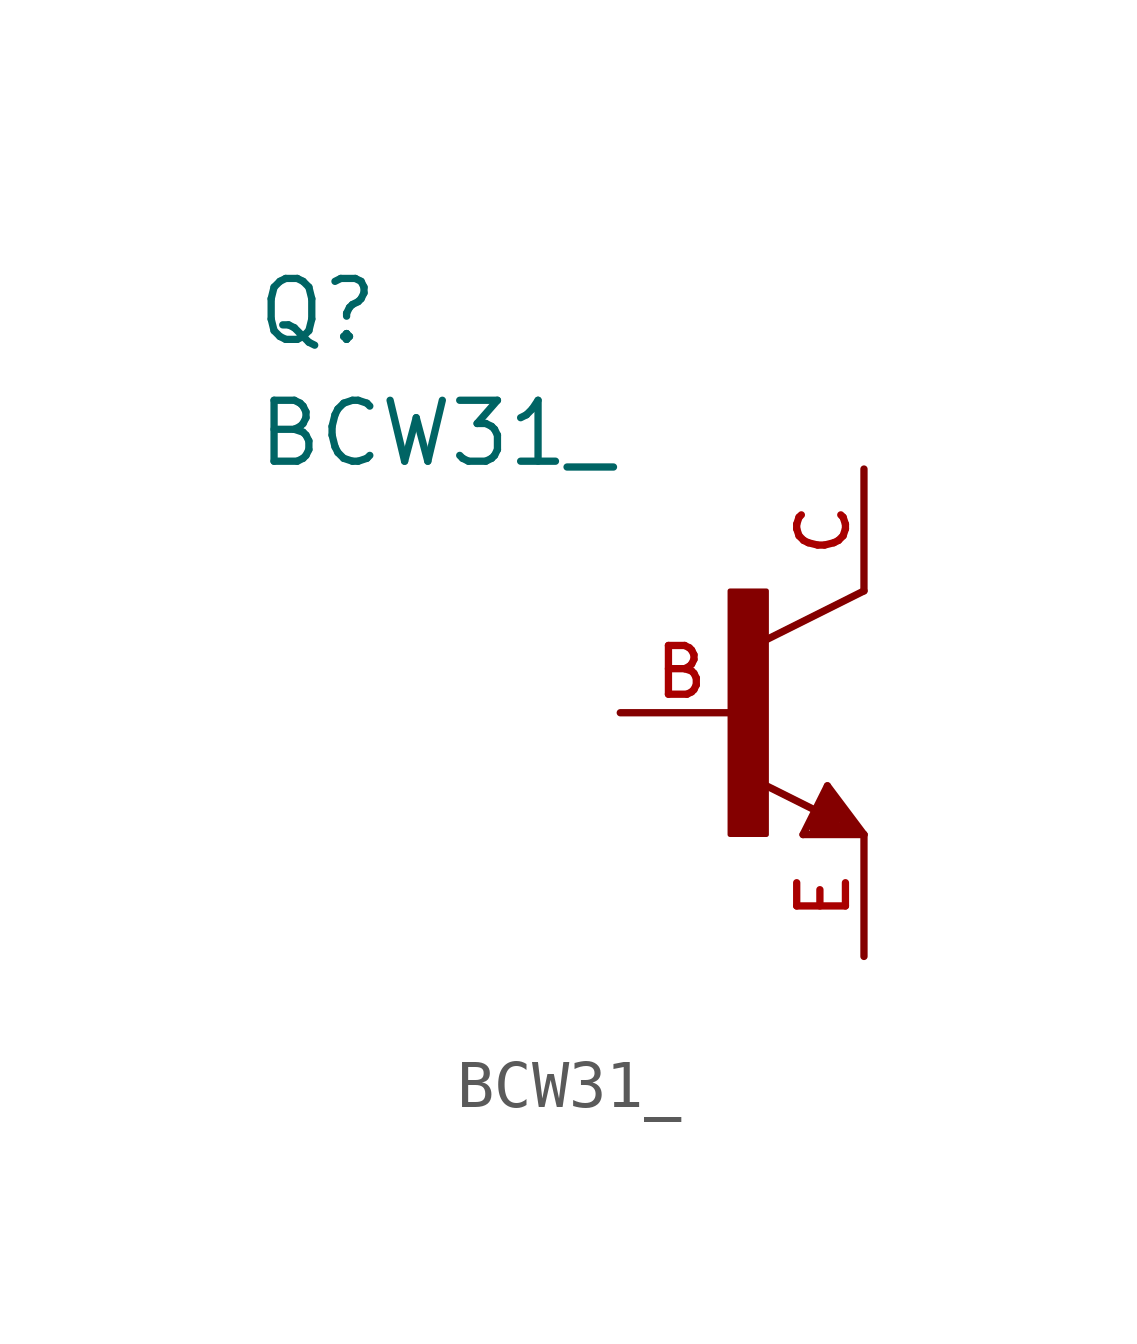
<source format=kicad_sym>
(kicad_symbol_lib
  (version 20211014)
  (generator kicad_symbol_editor)
  (symbol "BCW31_"
    (pin_names
      (offset 1.016))
    (property "Reference" "Q"
      (at -10.16 7.62 0)
      (effects (font (size 1.27 1.27)) (justify bottom left)))
    (property "Value" "BCW31_"
      (at -10.16 5.08 0)
      (effects (font (size 1.27 1.27)) (justify bottom left)))
    (symbol "BCW31__0_0"
      (polyline (pts (xy 2.54 2.54) (xy 0.508 1.524)) (stroke (width 0.152)))
      (polyline (pts (xy 1.778 -1.524) (xy 2.54 -2.54)) (stroke (width 0.152)))
      (polyline (pts (xy 2.54 -2.54) (xy 1.27 -2.54)) (stroke (width 0.152)))
      (polyline (pts (xy 1.27 -2.54) (xy 1.778 -1.524)) (stroke (width 0.152)))
      (polyline (pts (xy 1.54 -2.04) (xy 0.308 -1.424)) (stroke (width 0.152)))
      (polyline (pts (xy 1.524 -2.413) (xy 2.286 -2.413)) (stroke (width 0.254)))
      (polyline (pts (xy 2.286 -2.413) (xy 1.778 -1.778)) (stroke (width 0.254)))
      (polyline (pts (xy 1.778 -1.778) (xy 1.524 -2.286)) (stroke (width 0.254)))
      (polyline (pts (xy 1.524 -2.286) (xy 1.905 -2.286)) (stroke (width 0.254)))
      (polyline (pts (xy 1.905 -2.286) (xy 1.778 -2.032)) (stroke (width 0.254)))
      (rectangle (start -0.254 -2.54) (end 0.508 2.54) (stroke (width 0.1)) (fill (type outline)))
      (pin passive line (at -2.54 0.0 0) (length 2.54) (name "~" (effects (font (size 1.016 1.016)))) (number "B" (effects (font (size 1.016 1.016)))))
      (pin passive line (at 2.54 -5.08 90.0) (length 2.54) (name "~" (effects (font (size 1.016 1.016)))) (number "E" (effects (font (size 1.016 1.016)))))
      (pin passive line (at 2.54 5.08 270.0) (length 2.54) (name "~" (effects (font (size 1.016 1.016)))) (number "C" (effects (font (size 1.016 1.016))))))))
</source>
